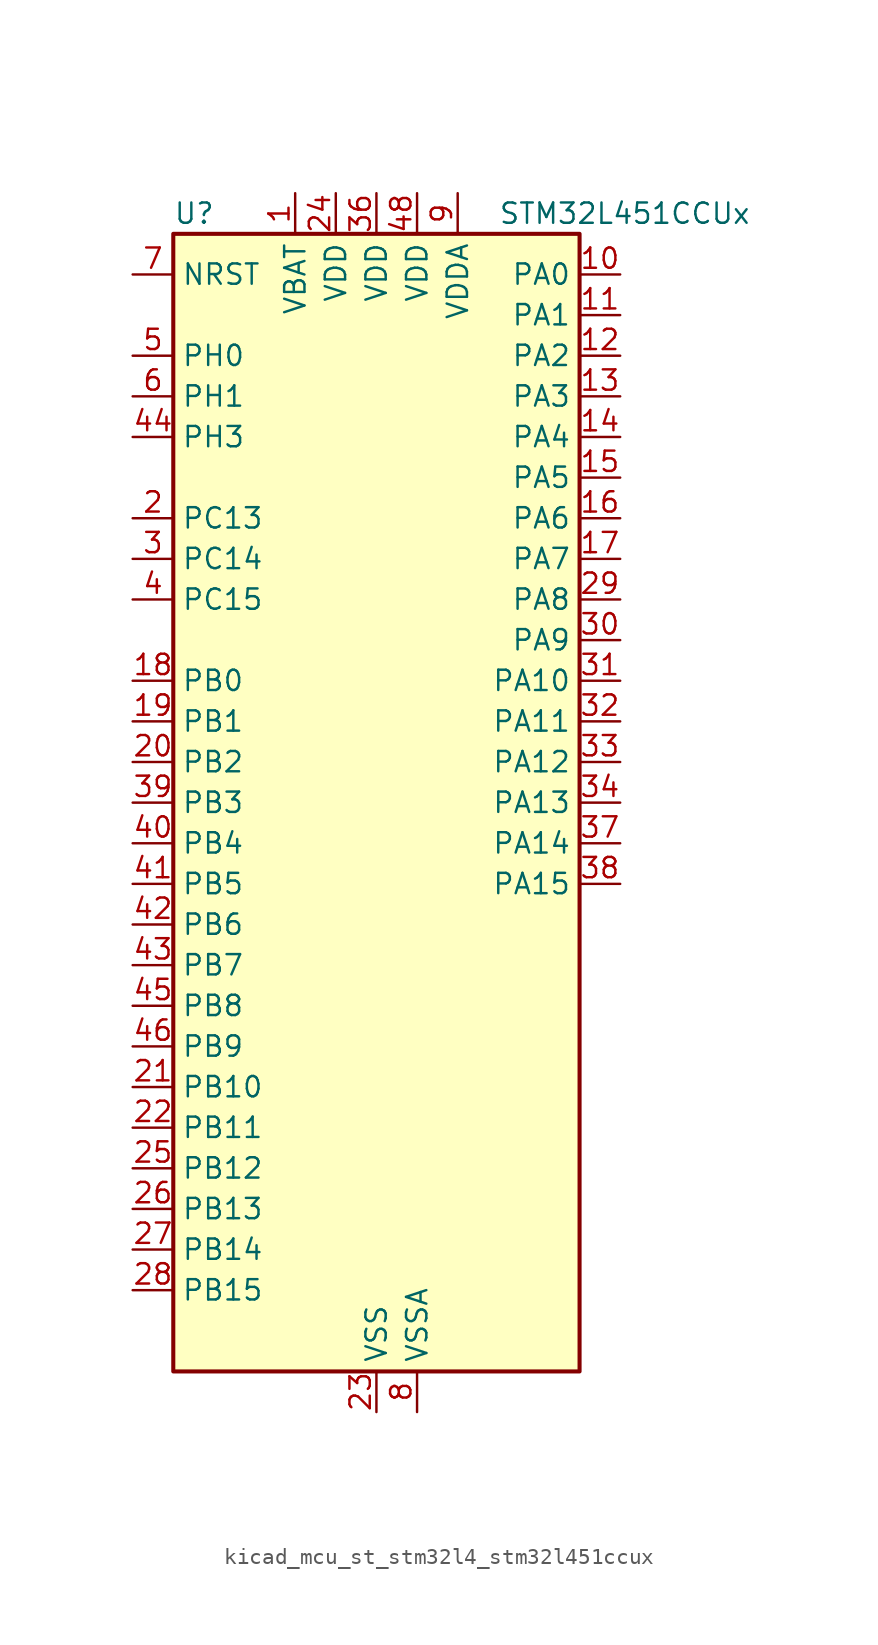
<source format=kicad_sym>
(kicad_symbol_lib
  (version 20220914)
  (generator kicad_symbol_editor)
  (symbol "kicad_mcu_st_stm32l4_stm32l451ccux"
    (property "Reference" "U"
      (at -12.7 36.83 0)
      (effects (font (size 1.27 1.27)) (justify left)))
    (property "Value" "STM32L451CCUx"
      (at 7.62 36.83 0)
      (effects (font (size 1.27 1.27)) (justify left)))
    (property "ki_locked" ""
      (at 0 0 0)
      (effects (font (size 1.27 1.27))))
    (symbol "kicad_mcu_st_stm32l4_stm32l451ccux_0_1"
      (rectangle (start -12.7 -35.56) (end 12.7 35.56) (stroke (width 0.254) (type default)) (fill (type background))))
    (symbol "kicad_mcu_st_stm32l4_stm32l451ccux_1_1"
      (pin power_in line (at -5.08 38.1 270) (length 2.54) (name "VBAT" (effects (font (size 1.27 1.27)))) (number "1" (effects (font (size 1.27 1.27)))))
      (pin bidirectional line (at 15.24 33.02 180) (length 2.54) (name "PA0" (effects (font (size 1.27 1.27)))) (number "10" (effects (font (size 1.27 1.27)))) (alternate "ADC1_IN5" bidirectional line) (alternate "COMP1_INM" bidirectional line) (alternate "COMP1_OUT" bidirectional line) (alternate "OPAMP1_VINP" bidirectional line) (alternate "RTC_TAMP2" bidirectional line) (alternate "SAI1_EXTCLK" bidirectional line) (alternate "SYS_WKUP1" bidirectional line) (alternate "TIM2_CH1" bidirectional line) (alternate "TIM2_ETR" bidirectional line) (alternate "UART4_TX" bidirectional line) (alternate "USART2_CTS" bidirectional line))
      (pin bidirectional line (at 15.24 30.48 180) (length 2.54) (name "PA1" (effects (font (size 1.27 1.27)))) (number "11" (effects (font (size 1.27 1.27)))) (alternate "ADC1_IN6" bidirectional line) (alternate "COMP1_INP" bidirectional line) (alternate "I2C1_SMBA" bidirectional line) (alternate "OPAMP1_VINM" bidirectional line) (alternate "SPI1_SCK" bidirectional line) (alternate "TIM15_CH1N" bidirectional line) (alternate "TIM2_CH2" bidirectional line) (alternate "UART4_RX" bidirectional line) (alternate "USART2_DE" bidirectional line) (alternate "USART2_RTS" bidirectional line))
      (pin bidirectional line (at 15.24 27.94 180) (length 2.54) (name "PA2" (effects (font (size 1.27 1.27)))) (number "12" (effects (font (size 1.27 1.27)))) (alternate "ADC1_IN7" bidirectional line) (alternate "COMP2_INM" bidirectional line) (alternate "COMP2_OUT" bidirectional line) (alternate "LPUART1_TX" bidirectional line) (alternate "QUADSPI_BK1_NCS" bidirectional line) (alternate "RCC_LSCO" bidirectional line) (alternate "SYS_WKUP4" bidirectional line) (alternate "TIM15_CH1" bidirectional line) (alternate "TIM2_CH3" bidirectional line) (alternate "USART2_TX" bidirectional line))
      (pin bidirectional line (at 15.24 25.4 180) (length 2.54) (name "PA3" (effects (font (size 1.27 1.27)))) (number "13" (effects (font (size 1.27 1.27)))) (alternate "ADC1_IN8" bidirectional line) (alternate "COMP2_INP" bidirectional line) (alternate "LPUART1_RX" bidirectional line) (alternate "OPAMP1_VOUT" bidirectional line) (alternate "QUADSPI_CLK" bidirectional line) (alternate "SAI1_MCLK_A" bidirectional line) (alternate "TIM15_CH2" bidirectional line) (alternate "TIM2_CH4" bidirectional line) (alternate "USART2_RX" bidirectional line))
      (pin bidirectional line (at 15.24 22.86 180) (length 2.54) (name "PA4" (effects (font (size 1.27 1.27)))) (number "14" (effects (font (size 1.27 1.27)))) (alternate "ADC1_IN9" bidirectional line) (alternate "COMP1_INM" bidirectional line) (alternate "COMP2_INM" bidirectional line) (alternate "DAC1_OUT1" bidirectional line) (alternate "LPTIM2_OUT" bidirectional line) (alternate "SAI1_FS_B" bidirectional line) (alternate "SPI1_NSS" bidirectional line) (alternate "SPI3_NSS" bidirectional line) (alternate "USART2_CK" bidirectional line))
      (pin bidirectional line (at 15.24 20.32 180) (length 2.54) (name "PA5" (effects (font (size 1.27 1.27)))) (number "15" (effects (font (size 1.27 1.27)))) (alternate "ADC1_IN10" bidirectional line) (alternate "COMP1_INM" bidirectional line) (alternate "COMP2_INM" bidirectional line) (alternate "DFSDM1_CKOUT" bidirectional line) (alternate "LPTIM2_ETR" bidirectional line) (alternate "SPI1_SCK" bidirectional line) (alternate "TIM2_CH1" bidirectional line) (alternate "TIM2_ETR" bidirectional line))
      (pin bidirectional line (at 15.24 17.78 180) (length 2.54) (name "PA6" (effects (font (size 1.27 1.27)))) (number "16" (effects (font (size 1.27 1.27)))) (alternate "ADC1_IN11" bidirectional line) (alternate "COMP1_OUT" bidirectional line) (alternate "LPUART1_CTS" bidirectional line) (alternate "QUADSPI_BK1_IO3" bidirectional line) (alternate "SPI1_MISO" bidirectional line) (alternate "TIM16_CH1" bidirectional line) (alternate "TIM1_BKIN" bidirectional line) (alternate "TIM1_BKIN_COMP2" bidirectional line) (alternate "TIM3_CH1" bidirectional line) (alternate "USART3_CTS" bidirectional line))
      (pin bidirectional line (at 15.24 15.24 180) (length 2.54) (name "PA7" (effects (font (size 1.27 1.27)))) (number "17" (effects (font (size 1.27 1.27)))) (alternate "ADC1_IN12" bidirectional line) (alternate "COMP2_OUT" bidirectional line) (alternate "DFSDM1_DATIN0" bidirectional line) (alternate "I2C3_SCL" bidirectional line) (alternate "QUADSPI_BK1_IO2" bidirectional line) (alternate "SPI1_MOSI" bidirectional line) (alternate "TIM1_CH1N" bidirectional line) (alternate "TIM3_CH2" bidirectional line))
      (pin bidirectional line (at -15.24 7.62 0) (length 2.54) (name "PB0" (effects (font (size 1.27 1.27)))) (number "18" (effects (font (size 1.27 1.27)))) (alternate "ADC1_IN15" bidirectional line) (alternate "COMP1_OUT" bidirectional line) (alternate "DFSDM1_CKIN0" bidirectional line) (alternate "QUADSPI_BK1_IO1" bidirectional line) (alternate "SAI1_EXTCLK" bidirectional line) (alternate "SPI1_NSS" bidirectional line) (alternate "TIM1_CH2N" bidirectional line) (alternate "TIM3_CH3" bidirectional line) (alternate "USART3_CK" bidirectional line))
      (pin bidirectional line (at -15.24 5.08 0) (length 2.54) (name "PB1" (effects (font (size 1.27 1.27)))) (number "19" (effects (font (size 1.27 1.27)))) (alternate "ADC1_IN16" bidirectional line) (alternate "COMP1_INM" bidirectional line) (alternate "DFSDM1_DATIN0" bidirectional line) (alternate "LPTIM2_IN1" bidirectional line) (alternate "LPUART1_DE" bidirectional line) (alternate "LPUART1_RTS" bidirectional line) (alternate "QUADSPI_BK1_IO0" bidirectional line) (alternate "TIM1_CH3N" bidirectional line) (alternate "TIM3_CH4" bidirectional line) (alternate "USART3_DE" bidirectional line) (alternate "USART3_RTS" bidirectional line))
      (pin bidirectional line (at -15.24 17.78 0) (length 2.54) (name "PC13" (effects (font (size 1.27 1.27)))) (number "2" (effects (font (size 1.27 1.27)))) (alternate "RTC_OUT_ALARM" bidirectional line) (alternate "RTC_OUT_CALIB" bidirectional line) (alternate "RTC_TAMP1" bidirectional line) (alternate "RTC_TS" bidirectional line) (alternate "SYS_WKUP2" bidirectional line))
      (pin bidirectional line (at -15.24 2.54 0) (length 2.54) (name "PB2" (effects (font (size 1.27 1.27)))) (number "20" (effects (font (size 1.27 1.27)))) (alternate "COMP1_INP" bidirectional line) (alternate "DFSDM1_CKIN0" bidirectional line) (alternate "I2C3_SMBA" bidirectional line) (alternate "LPTIM1_OUT" bidirectional line) (alternate "RTC_OUT_ALARM" bidirectional line) (alternate "RTC_OUT_CALIB" bidirectional line))
      (pin bidirectional line (at -15.24 -17.78 0) (length 2.54) (name "PB10" (effects (font (size 1.27 1.27)))) (number "21" (effects (font (size 1.27 1.27)))) (alternate "COMP1_OUT" bidirectional line) (alternate "I2C2_SCL" bidirectional line) (alternate "I2C4_SCL" bidirectional line) (alternate "LPUART1_RX" bidirectional line) (alternate "QUADSPI_CLK" bidirectional line) (alternate "SAI1_SCK_A" bidirectional line) (alternate "SPI2_SCK" bidirectional line) (alternate "TIM2_CH3" bidirectional line) (alternate "TSC_SYNC" bidirectional line) (alternate "USART3_TX" bidirectional line))
      (pin bidirectional line (at -15.24 -20.32 0) (length 2.54) (name "PB11" (effects (font (size 1.27 1.27)))) (number "22" (effects (font (size 1.27 1.27)))) (alternate "ADC1_EXTI11" bidirectional line) (alternate "COMP2_OUT" bidirectional line) (alternate "I2C2_SDA" bidirectional line) (alternate "I2C4_SDA" bidirectional line) (alternate "LPUART1_TX" bidirectional line) (alternate "QUADSPI_BK1_NCS" bidirectional line) (alternate "TIM2_CH4" bidirectional line) (alternate "USART3_RX" bidirectional line))
      (pin power_in line (at 0 -38.1 90) (length 2.54) (name "VSS" (effects (font (size 1.27 1.27)))) (number "23" (effects (font (size 1.27 1.27)))))
      (pin power_in line (at -2.54 38.1 270) (length 2.54) (name "VDD" (effects (font (size 1.27 1.27)))) (number "24" (effects (font (size 1.27 1.27)))))
      (pin bidirectional line (at -15.24 -22.86 0) (length 2.54) (name "PB12" (effects (font (size 1.27 1.27)))) (number "25" (effects (font (size 1.27 1.27)))) (alternate "CAN1_RX" bidirectional line) (alternate "DFSDM1_DATIN1" bidirectional line) (alternate "I2C2_SMBA" bidirectional line) (alternate "LPUART1_DE" bidirectional line) (alternate "LPUART1_RTS" bidirectional line) (alternate "SAI1_FS_A" bidirectional line) (alternate "SPI2_NSS" bidirectional line) (alternate "TIM15_BKIN" bidirectional line) (alternate "TIM1_BKIN" bidirectional line) (alternate "TIM1_BKIN_COMP2" bidirectional line) (alternate "TSC_G1_IO1" bidirectional line) (alternate "USART3_CK" bidirectional line))
      (pin bidirectional line (at -15.24 -25.4 0) (length 2.54) (name "PB13" (effects (font (size 1.27 1.27)))) (number "26" (effects (font (size 1.27 1.27)))) (alternate "CAN1_TX" bidirectional line) (alternate "DFSDM1_CKIN1" bidirectional line) (alternate "I2C2_SCL" bidirectional line) (alternate "LPUART1_CTS" bidirectional line) (alternate "SAI1_SCK_A" bidirectional line) (alternate "SPI2_SCK" bidirectional line) (alternate "TIM15_CH1N" bidirectional line) (alternate "TIM1_CH1N" bidirectional line) (alternate "TSC_G1_IO2" bidirectional line) (alternate "USART3_CTS" bidirectional line))
      (pin bidirectional line (at -15.24 -27.94 0) (length 2.54) (name "PB14" (effects (font (size 1.27 1.27)))) (number "27" (effects (font (size 1.27 1.27)))) (alternate "DFSDM1_DATIN2" bidirectional line) (alternate "I2C2_SDA" bidirectional line) (alternate "SAI1_MCLK_A" bidirectional line) (alternate "SPI2_MISO" bidirectional line) (alternate "TIM15_CH1" bidirectional line) (alternate "TIM1_CH2N" bidirectional line) (alternate "TSC_G1_IO3" bidirectional line) (alternate "USART3_DE" bidirectional line) (alternate "USART3_RTS" bidirectional line))
      (pin bidirectional line (at -15.24 -30.48 0) (length 2.54) (name "PB15" (effects (font (size 1.27 1.27)))) (number "28" (effects (font (size 1.27 1.27)))) (alternate "ADC1_EXTI15" bidirectional line) (alternate "DFSDM1_CKIN2" bidirectional line) (alternate "RTC_REFIN" bidirectional line) (alternate "SAI1_SD_A" bidirectional line) (alternate "SPI2_MOSI" bidirectional line) (alternate "TIM15_CH2" bidirectional line) (alternate "TIM1_CH3N" bidirectional line) (alternate "TSC_G1_IO4" bidirectional line))
      (pin bidirectional line (at 15.24 12.7 180) (length 2.54) (name "PA8" (effects (font (size 1.27 1.27)))) (number "29" (effects (font (size 1.27 1.27)))) (alternate "DFSDM1_CKIN1" bidirectional line) (alternate "LPTIM2_OUT" bidirectional line) (alternate "RCC_MCO" bidirectional line) (alternate "SAI1_SCK_A" bidirectional line) (alternate "TIM1_CH1" bidirectional line) (alternate "USART1_CK" bidirectional line))
      (pin bidirectional line (at -15.24 15.24 0) (length 2.54) (name "PC14" (effects (font (size 1.27 1.27)))) (number "3" (effects (font (size 1.27 1.27)))) (alternate "RCC_OSC32_IN" bidirectional line))
      (pin bidirectional line (at 15.24 10.16 180) (length 2.54) (name "PA9" (effects (font (size 1.27 1.27)))) (number "30" (effects (font (size 1.27 1.27)))) (alternate "DAC1_EXTI9" bidirectional line) (alternate "DFSDM1_DATIN1" bidirectional line) (alternate "I2C1_SCL" bidirectional line) (alternate "SAI1_FS_A" bidirectional line) (alternate "TIM15_BKIN" bidirectional line) (alternate "TIM1_CH2" bidirectional line) (alternate "USART1_TX" bidirectional line))
      (pin bidirectional line (at 15.24 7.62 180) (length 2.54) (name "PA10" (effects (font (size 1.27 1.27)))) (number "31" (effects (font (size 1.27 1.27)))) (alternate "I2C1_SDA" bidirectional line) (alternate "SAI1_SD_A" bidirectional line) (alternate "TIM1_CH3" bidirectional line) (alternate "USART1_RX" bidirectional line))
      (pin bidirectional line (at 15.24 5.08 180) (length 2.54) (name "PA11" (effects (font (size 1.27 1.27)))) (number "32" (effects (font (size 1.27 1.27)))) (alternate "ADC1_EXTI11" bidirectional line) (alternate "CAN1_RX" bidirectional line) (alternate "COMP1_OUT" bidirectional line) (alternate "SPI1_MISO" bidirectional line) (alternate "TIM1_BKIN2" bidirectional line) (alternate "TIM1_BKIN2_COMP1" bidirectional line) (alternate "TIM1_CH4" bidirectional line) (alternate "USART1_CTS" bidirectional line))
      (pin bidirectional line (at 15.24 2.54 180) (length 2.54) (name "PA12" (effects (font (size 1.27 1.27)))) (number "33" (effects (font (size 1.27 1.27)))) (alternate "CAN1_TX" bidirectional line) (alternate "SPI1_MOSI" bidirectional line) (alternate "TIM1_ETR" bidirectional line) (alternate "USART1_DE" bidirectional line) (alternate "USART1_RTS" bidirectional line))
      (pin bidirectional line (at 15.24 0 180) (length 2.54) (name "PA13" (effects (font (size 1.27 1.27)))) (number "34" (effects (font (size 1.27 1.27)))) (alternate "IR_OUT" bidirectional line) (alternate "SAI1_SD_B" bidirectional line) (alternate "SYS_JTMS-SWDIO" bidirectional line))
      (pin passive line (at 0 -38.1 90) (length 2.54) hide (name "VSS" (effects (font (size 1.27 1.27)))) (number "35" (effects (font (size 1.27 1.27)))))
      (pin power_in line (at 0 38.1 270) (length 2.54) (name "VDD" (effects (font (size 1.27 1.27)))) (number "36" (effects (font (size 1.27 1.27)))))
      (pin bidirectional line (at 15.24 -2.54 180) (length 2.54) (name "PA14" (effects (font (size 1.27 1.27)))) (number "37" (effects (font (size 1.27 1.27)))) (alternate "I2C1_SMBA" bidirectional line) (alternate "I2C4_SMBA" bidirectional line) (alternate "LPTIM1_OUT" bidirectional line) (alternate "SAI1_FS_B" bidirectional line) (alternate "SYS_JTCK-SWCLK" bidirectional line))
      (pin bidirectional line (at 15.24 -5.08 180) (length 2.54) (name "PA15" (effects (font (size 1.27 1.27)))) (number "38" (effects (font (size 1.27 1.27)))) (alternate "ADC1_EXTI15" bidirectional line) (alternate "SPI1_NSS" bidirectional line) (alternate "SPI3_NSS" bidirectional line) (alternate "SYS_JTDI" bidirectional line) (alternate "TIM2_CH1" bidirectional line) (alternate "TIM2_ETR" bidirectional line) (alternate "UART4_DE" bidirectional line) (alternate "UART4_RTS" bidirectional line) (alternate "USART2_RX" bidirectional line) (alternate "USART3_DE" bidirectional line) (alternate "USART3_RTS" bidirectional line))
      (pin bidirectional line (at -15.24 0 0) (length 2.54) (name "PB3" (effects (font (size 1.27 1.27)))) (number "39" (effects (font (size 1.27 1.27)))) (alternate "COMP2_INM" bidirectional line) (alternate "SAI1_SCK_B" bidirectional line) (alternate "SPI1_SCK" bidirectional line) (alternate "SPI3_SCK" bidirectional line) (alternate "SYS_JTDO-SWO" bidirectional line) (alternate "TIM2_CH2" bidirectional line) (alternate "USART1_DE" bidirectional line) (alternate "USART1_RTS" bidirectional line))
      (pin bidirectional line (at -15.24 12.7 0) (length 2.54) (name "PC15" (effects (font (size 1.27 1.27)))) (number "4" (effects (font (size 1.27 1.27)))) (alternate "ADC1_EXTI15" bidirectional line) (alternate "RCC_OSC32_OUT" bidirectional line))
      (pin bidirectional line (at -15.24 -2.54 0) (length 2.54) (name "PB4" (effects (font (size 1.27 1.27)))) (number "40" (effects (font (size 1.27 1.27)))) (alternate "COMP2_INP" bidirectional line) (alternate "I2C3_SDA" bidirectional line) (alternate "SAI1_MCLK_B" bidirectional line) (alternate "SPI1_MISO" bidirectional line) (alternate "SPI3_MISO" bidirectional line) (alternate "SYS_JTRST" bidirectional line) (alternate "TIM3_CH1" bidirectional line) (alternate "TSC_G2_IO1" bidirectional line) (alternate "USART1_CTS" bidirectional line))
      (pin bidirectional line (at -15.24 -5.08 0) (length 2.54) (name "PB5" (effects (font (size 1.27 1.27)))) (number "41" (effects (font (size 1.27 1.27)))) (alternate "CAN1_RX" bidirectional line) (alternate "COMP2_OUT" bidirectional line) (alternate "I2C1_SMBA" bidirectional line) (alternate "LPTIM1_IN1" bidirectional line) (alternate "SAI1_SD_B" bidirectional line) (alternate "SPI1_MOSI" bidirectional line) (alternate "SPI3_MOSI" bidirectional line) (alternate "TIM16_BKIN" bidirectional line) (alternate "TIM3_CH2" bidirectional line) (alternate "TSC_G2_IO2" bidirectional line) (alternate "USART1_CK" bidirectional line))
      (pin bidirectional line (at -15.24 -7.62 0) (length 2.54) (name "PB6" (effects (font (size 1.27 1.27)))) (number "42" (effects (font (size 1.27 1.27)))) (alternate "CAN1_TX" bidirectional line) (alternate "COMP2_INP" bidirectional line) (alternate "I2C1_SCL" bidirectional line) (alternate "I2C4_SCL" bidirectional line) (alternate "LPTIM1_ETR" bidirectional line) (alternate "SAI1_FS_B" bidirectional line) (alternate "TIM16_CH1N" bidirectional line) (alternate "TSC_G2_IO3" bidirectional line) (alternate "USART1_TX" bidirectional line))
      (pin bidirectional line (at -15.24 -10.16 0) (length 2.54) (name "PB7" (effects (font (size 1.27 1.27)))) (number "43" (effects (font (size 1.27 1.27)))) (alternate "COMP2_INM" bidirectional line) (alternate "I2C1_SDA" bidirectional line) (alternate "I2C4_SDA" bidirectional line) (alternate "LPTIM1_IN2" bidirectional line) (alternate "SYS_PVD_IN" bidirectional line) (alternate "TSC_G2_IO4" bidirectional line) (alternate "UART4_CTS" bidirectional line) (alternate "USART1_RX" bidirectional line))
      (pin bidirectional line (at -15.24 22.86 0) (length 2.54) (name "PH3" (effects (font (size 1.27 1.27)))) (number "44" (effects (font (size 1.27 1.27)))))
      (pin bidirectional line (at -15.24 -12.7 0) (length 2.54) (name "PB8" (effects (font (size 1.27 1.27)))) (number "45" (effects (font (size 1.27 1.27)))) (alternate "CAN1_RX" bidirectional line) (alternate "I2C1_SCL" bidirectional line) (alternate "SAI1_MCLK_A" bidirectional line) (alternate "TIM16_CH1" bidirectional line))
      (pin bidirectional line (at -15.24 -15.24 0) (length 2.54) (name "PB9" (effects (font (size 1.27 1.27)))) (number "46" (effects (font (size 1.27 1.27)))) (alternate "CAN1_TX" bidirectional line) (alternate "DAC1_EXTI9" bidirectional line) (alternate "I2C1_SDA" bidirectional line) (alternate "IR_OUT" bidirectional line) (alternate "SAI1_FS_A" bidirectional line) (alternate "SPI2_NSS" bidirectional line))
      (pin passive line (at 0 -38.1 90) (length 2.54) hide (name "VSS" (effects (font (size 1.27 1.27)))) (number "47" (effects (font (size 1.27 1.27)))))
      (pin power_in line (at 2.54 38.1 270) (length 2.54) (name "VDD" (effects (font (size 1.27 1.27)))) (number "48" (effects (font (size 1.27 1.27)))))
      (pin passive line (at 0 -38.1 90) (length 2.54) hide (name "VSS" (effects (font (size 1.27 1.27)))) (number "49" (effects (font (size 1.27 1.27)))))
      (pin bidirectional line (at -15.24 27.94 0) (length 2.54) (name "PH0" (effects (font (size 1.27 1.27)))) (number "5" (effects (font (size 1.27 1.27)))) (alternate "RCC_OSC_IN" bidirectional line))
      (pin bidirectional line (at -15.24 25.4 0) (length 2.54) (name "PH1" (effects (font (size 1.27 1.27)))) (number "6" (effects (font (size 1.27 1.27)))) (alternate "RCC_OSC_OUT" bidirectional line))
      (pin input line (at -15.24 33.02 0) (length 2.54) (name "NRST" (effects (font (size 1.27 1.27)))) (number "7" (effects (font (size 1.27 1.27)))))
      (pin power_in line (at 2.54 -38.1 90) (length 2.54) (name "VSSA" (effects (font (size 1.27 1.27)))) (number "8" (effects (font (size 1.27 1.27)))))
      (pin power_in line (at 5.08 38.1 270) (length 2.54) (name "VDDA" (effects (font (size 1.27 1.27)))) (number "9" (effects (font (size 1.27 1.27))))))))
</source>
